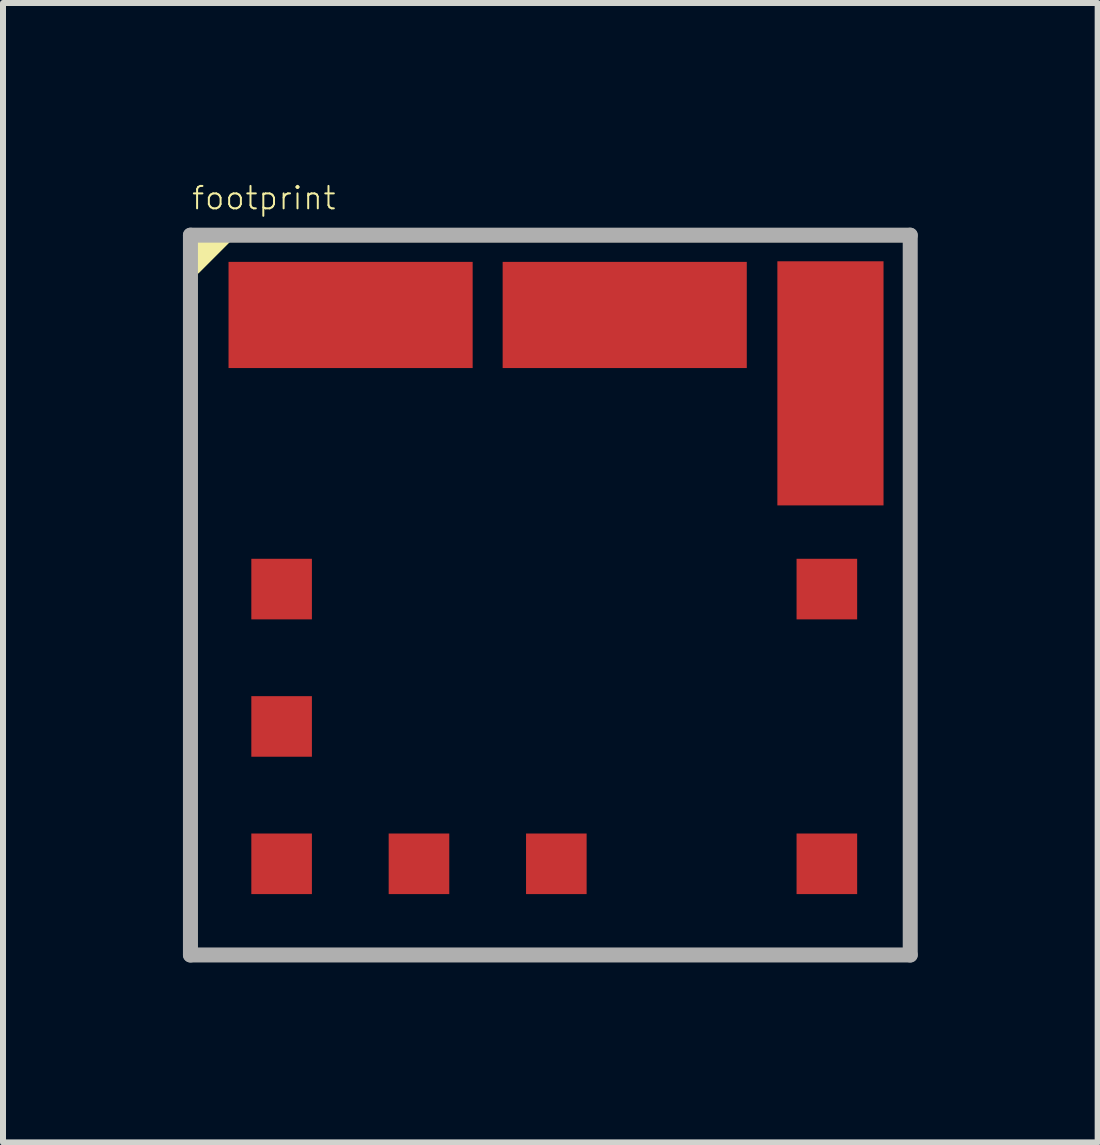
<source format=kicad_pcb>
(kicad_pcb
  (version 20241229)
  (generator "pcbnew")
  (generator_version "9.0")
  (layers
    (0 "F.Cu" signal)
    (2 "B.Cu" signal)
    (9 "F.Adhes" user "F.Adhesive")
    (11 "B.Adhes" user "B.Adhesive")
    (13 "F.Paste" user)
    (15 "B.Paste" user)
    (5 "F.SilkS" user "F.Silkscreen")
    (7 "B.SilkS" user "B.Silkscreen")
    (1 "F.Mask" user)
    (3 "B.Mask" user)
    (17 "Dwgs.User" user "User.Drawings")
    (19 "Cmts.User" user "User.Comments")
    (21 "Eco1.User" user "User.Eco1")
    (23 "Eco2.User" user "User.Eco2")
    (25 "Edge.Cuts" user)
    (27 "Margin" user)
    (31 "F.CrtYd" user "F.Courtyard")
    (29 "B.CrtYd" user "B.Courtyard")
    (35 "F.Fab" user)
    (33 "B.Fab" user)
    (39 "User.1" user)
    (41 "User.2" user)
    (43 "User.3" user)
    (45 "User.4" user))
  (footprint "footprint"
    (layer "F.Cu")
    (at 6.125 6.871)
    (property "Reference" "footprint" (at -6 -6.4 0) (layer "F.SilkS") (effects (font (size 0.374 0.374) (thickness 0.033)) (justify left bottom)))
    (fp_line (start -5.973 -5.973) (end -5.973 5.973) (stroke (width 0.178) (type solid)) (layer "F.SilkS"))
    (fp_line (start -5.973 5.973) (end 5.973 5.973) (stroke (width 0.178) (type solid)) (layer "F.SilkS"))
    (fp_line (start -5.918 -5.69) (end -5.69 -5.918) (stroke (width 0.254) (type solid)) (layer "F.SilkS"))
    (fp_line (start -5.918 -5.436) (end -5.41 -5.944) (stroke (width 0.178) (type solid)) (layer "F.SilkS"))
    (fp_line (start 5.973 -5.973) (end -5.973 -5.973) (stroke (width 0.178) (type solid)) (layer "F.SilkS"))
    (fp_line (start 5.973 5.973) (end 5.973 -5.973) (stroke (width 0.178) (type solid)) (layer "F.SilkS"))
    (fp_line (start -6 -6) (end -6 6) (stroke (width 0.25) (type solid)) (layer "F.Fab"))
    (fp_line (start -6 6) (end 6 6) (stroke (width 0.25) (type solid)) (layer "F.Fab"))
    (fp_line (start 6 -6) (end -6 -6) (stroke (width 0.25) (type solid)) (layer "F.Fab"))
    (fp_line (start 6 6) (end 6 -6) (stroke (width 0.25) (type solid)) (layer "F.Fab"))
    (pad "1" smd rect (at -4.48 -0.1) (size 1.01 1.01) (layers "F.Cu" "F.Mask" "F.Paste"))
    (pad "2" smd rect (at -3.33 -4.67 90) (size 1.77 4.07) (layers "F.Cu" "F.Mask" "F.Paste"))
    (pad "3" smd rect (at 1.24 -4.67 90) (size 1.77 4.07) (layers "F.Cu" "F.Mask" "F.Paste"))
    (pad "4" smd rect (at 4.67 -3.53) (size 1.77 4.07) (layers "F.Cu" "F.Mask" "F.Paste"))
    (pad "5" smd rect (at 4.61 -0.1) (size 1.01 1.01) (layers "F.Cu" "F.Mask" "F.Paste"))
    (pad "6" smd rect (at 4.61 4.48) (size 1.01 1.01) (layers "F.Cu" "F.Mask" "F.Paste"))
    (pad "7" smd rect (at 0.1 4.48) (size 1.01 1.01) (layers "F.Cu" "F.Mask" "F.Paste"))
    (pad "8" smd rect (at -2.19 4.48) (size 1.01 1.01) (layers "F.Cu" "F.Mask" "F.Paste"))
    (pad "9" smd rect (at -4.48 4.48) (size 1.01 1.01) (layers "F.Cu" "F.Mask" "F.Paste"))
    (pad "10" smd rect (at -4.48 2.19) (size 1.01 1.01) (layers "F.Cu" "F.Mask" "F.Paste")))
  (gr_rect
    (start -3 -3)
    (end 15.25 15.996)
    (stroke (width 0.1) (type default))
    (fill no)
    (layer "Edge.Cuts")))
</source>
